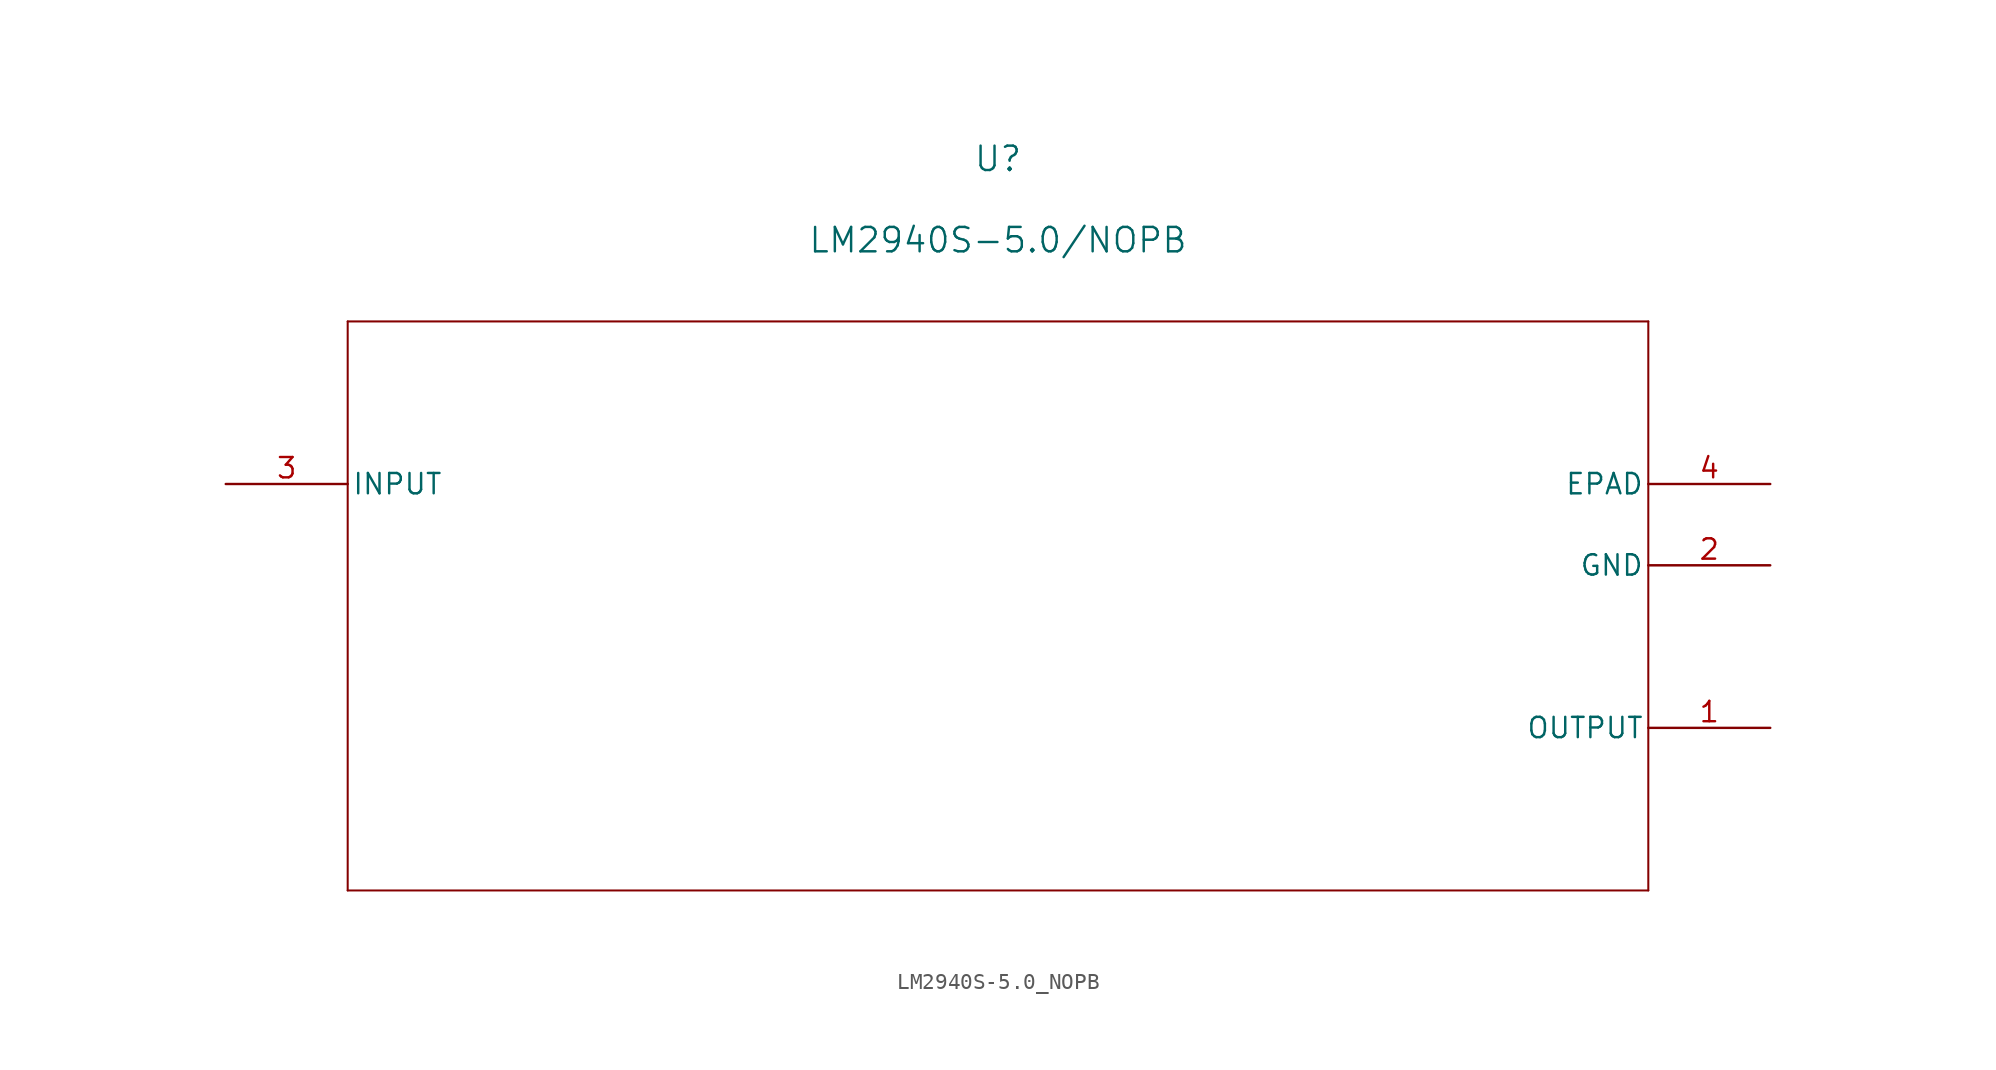
<source format=kicad_sym>
(kicad_symbol_lib
  (version 20211014)
  (generator kicad_symbol_editor)
  (symbol "LM2940S-5.0_NOPB"
    (pin_names
      (offset 0.254))
    (property "Reference" "U"
      (at 48.26 20.32 0)
      (effects (font (size 1.524 1.524))))
    (property "Value" "LM2940S-5.0/NOPB"
      (at 48.26 15.24 0)
      (effects (font (size 1.524 1.524))))
    (symbol "LM2940S-5.0_NOPB_0_1"
      (polyline (pts (xy 7.62 10.16) (xy 7.62 -25.4)) (stroke (width 0.127) (type default) (color 0 0 0 0)) (fill (type none)))
      (polyline (pts (xy 7.62 -25.4) (xy 88.9 -25.4)) (stroke (width 0.127) (type default) (color 0 0 0 0)) (fill (type none)))
      (polyline (pts (xy 88.9 -25.4) (xy 88.9 10.16)) (stroke (width 0.127) (type default) (color 0 0 0 0)) (fill (type none)))
      (polyline (pts (xy 88.9 10.16) (xy 7.62 10.16)) (stroke (width 0.127) (type default) (color 0 0 0 0)) (fill (type none)))
      (pin output line (at 96.52 -15.24 180) (length 7.62) (name "OUTPUT" (effects (font (size 1.27 1.27)))) (number "1" (effects (font (size 1.27 1.27)))))
      (pin power_in line (at 96.52 -5.08 180) (length 7.62) (name "GND" (effects (font (size 1.27 1.27)))) (number "2" (effects (font (size 1.27 1.27)))))
      (pin input line (at 0 0 0) (length 7.62) (name "INPUT" (effects (font (size 1.27 1.27)))) (number "3" (effects (font (size 1.27 1.27)))))
      (pin unspecified line (at 96.52 0 180) (length 7.62) (name "EPAD" (effects (font (size 1.27 1.27)))) (number "4" (effects (font (size 1.27 1.27))))))))
</source>
